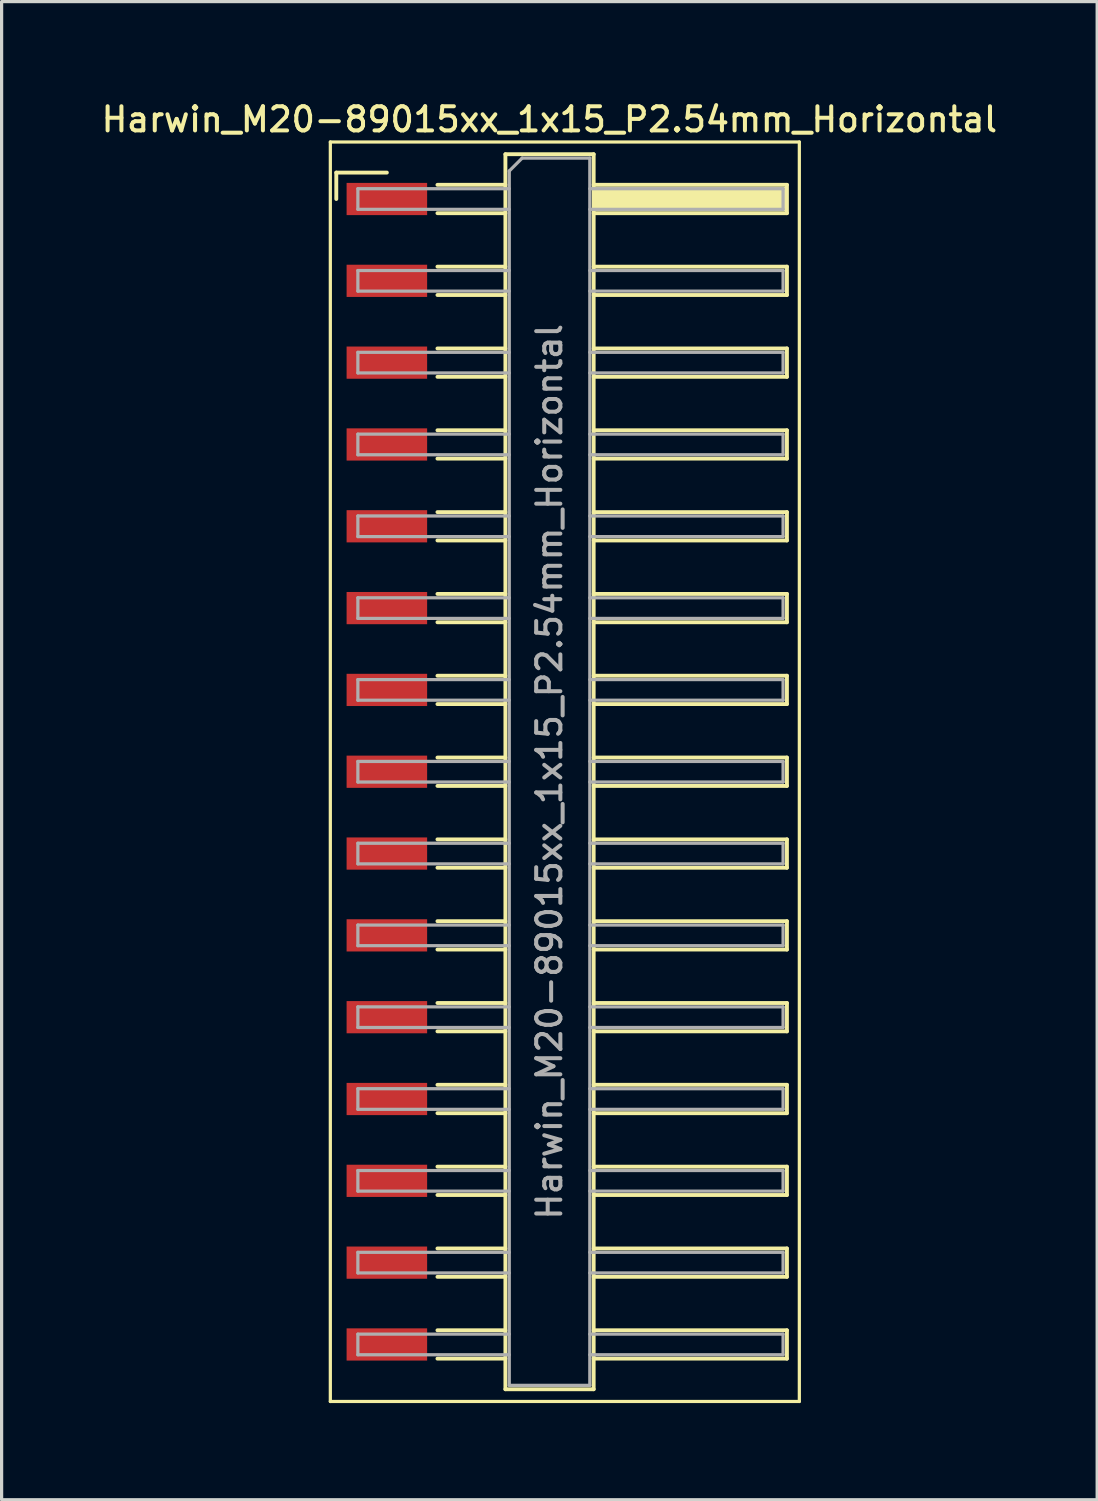
<source format=kicad_pcb>
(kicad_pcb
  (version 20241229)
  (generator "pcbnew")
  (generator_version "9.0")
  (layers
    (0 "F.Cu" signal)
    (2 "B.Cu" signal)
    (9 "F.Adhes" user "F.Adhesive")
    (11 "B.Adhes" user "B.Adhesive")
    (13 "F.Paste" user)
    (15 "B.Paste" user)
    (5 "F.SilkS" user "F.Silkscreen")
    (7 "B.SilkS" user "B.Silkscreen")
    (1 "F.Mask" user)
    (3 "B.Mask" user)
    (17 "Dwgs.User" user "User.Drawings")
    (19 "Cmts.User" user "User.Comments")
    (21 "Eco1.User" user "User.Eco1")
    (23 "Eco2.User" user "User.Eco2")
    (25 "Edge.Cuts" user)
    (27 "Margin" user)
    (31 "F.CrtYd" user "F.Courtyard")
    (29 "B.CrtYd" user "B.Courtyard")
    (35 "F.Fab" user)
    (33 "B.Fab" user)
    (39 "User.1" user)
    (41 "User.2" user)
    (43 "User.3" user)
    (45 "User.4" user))
  (footprint "Harwin_M20-89015xx_1x15_P2.54mm_Horizontal"
    (layer "F.Cu")
    (at 14.485 20.908)
    (property "Reference" "Harwin_M20-89015xx_1x15_P2.54mm_Horizontal" (at -0.48 -20.25 0) (layer "F.SilkS") (effects (font (size 0.75 0.75) (thickness 0.125))))
    (attr smd)
    (fp_line (start -7.28 -19.55) (end 7.28 -19.55) (stroke (width 0.1) (type solid)) (layer "F.SilkS"))
    (fp_line (start -7.28 19.55) (end -7.28 -19.55) (stroke (width 0.1) (type solid)) (layer "F.SilkS"))
    (fp_line (start -7.095 -18.6) (end -5.525 -18.6) (stroke (width 0.12) (type solid)) (layer "F.SilkS"))
    (fp_line (start -7.095 -17.78) (end -7.095 -18.6) (stroke (width 0.12) (type solid)) (layer "F.SilkS"))
    (fp_line (start -3.955 -18.22) (end -1.845 -18.22) (stroke (width 0.12) (type solid)) (layer "F.SilkS"))
    (fp_line (start -3.955 -17.34) (end -1.845 -17.34) (stroke (width 0.12) (type solid)) (layer "F.SilkS"))
    (fp_line (start -3.955 -15.68) (end -1.845 -15.68) (stroke (width 0.12) (type solid)) (layer "F.SilkS"))
    (fp_line (start -3.955 -14.8) (end -1.845 -14.8) (stroke (width 0.12) (type solid)) (layer "F.SilkS"))
    (fp_line (start -3.955 -13.14) (end -1.845 -13.14) (stroke (width 0.12) (type solid)) (layer "F.SilkS"))
    (fp_line (start -3.955 -12.26) (end -1.845 -12.26) (stroke (width 0.12) (type solid)) (layer "F.SilkS"))
    (fp_line (start -3.955 -10.6) (end -1.845 -10.6) (stroke (width 0.12) (type solid)) (layer "F.SilkS"))
    (fp_line (start -3.955 -9.72) (end -1.845 -9.72) (stroke (width 0.12) (type solid)) (layer "F.SilkS"))
    (fp_line (start -3.955 -8.06) (end -1.845 -8.06) (stroke (width 0.12) (type solid)) (layer "F.SilkS"))
    (fp_line (start -3.955 -7.18) (end -1.845 -7.18) (stroke (width 0.12) (type solid)) (layer "F.SilkS"))
    (fp_line (start -3.955 -5.52) (end -1.845 -5.52) (stroke (width 0.12) (type solid)) (layer "F.SilkS"))
    (fp_line (start -3.955 -4.64) (end -1.845 -4.64) (stroke (width 0.12) (type solid)) (layer "F.SilkS"))
    (fp_line (start -3.955 -2.98) (end -1.845 -2.98) (stroke (width 0.12) (type solid)) (layer "F.SilkS"))
    (fp_line (start -3.955 -2.1) (end -1.845 -2.1) (stroke (width 0.12) (type solid)) (layer "F.SilkS"))
    (fp_line (start -3.955 -0.44) (end -1.845 -0.44) (stroke (width 0.12) (type solid)) (layer "F.SilkS"))
    (fp_line (start -3.955 0.44) (end -1.845 0.44) (stroke (width 0.12) (type solid)) (layer "F.SilkS"))
    (fp_line (start -3.955 2.1) (end -1.845 2.1) (stroke (width 0.12) (type solid)) (layer "F.SilkS"))
    (fp_line (start -3.955 2.98) (end -1.845 2.98) (stroke (width 0.12) (type solid)) (layer "F.SilkS"))
    (fp_line (start -3.955 4.64) (end -1.845 4.64) (stroke (width 0.12) (type solid)) (layer "F.SilkS"))
    (fp_line (start -3.955 5.52) (end -1.845 5.52) (stroke (width 0.12) (type solid)) (layer "F.SilkS"))
    (fp_line (start -3.955 7.18) (end -1.845 7.18) (stroke (width 0.12) (type solid)) (layer "F.SilkS"))
    (fp_line (start -3.955 8.06) (end -1.845 8.06) (stroke (width 0.12) (type solid)) (layer "F.SilkS"))
    (fp_line (start -3.955 9.72) (end -1.845 9.72) (stroke (width 0.12) (type solid)) (layer "F.SilkS"))
    (fp_line (start -3.955 10.6) (end -1.845 10.6) (stroke (width 0.12) (type solid)) (layer "F.SilkS"))
    (fp_line (start -3.955 12.26) (end -1.845 12.26) (stroke (width 0.12) (type solid)) (layer "F.SilkS"))
    (fp_line (start -3.955 13.14) (end -1.845 13.14) (stroke (width 0.12) (type solid)) (layer "F.SilkS"))
    (fp_line (start -3.955 14.8) (end -1.845 14.8) (stroke (width 0.12) (type solid)) (layer "F.SilkS"))
    (fp_line (start -3.955 15.68) (end -1.845 15.68) (stroke (width 0.12) (type solid)) (layer "F.SilkS"))
    (fp_line (start -3.955 17.34) (end -1.845 17.34) (stroke (width 0.12) (type solid)) (layer "F.SilkS"))
    (fp_line (start -3.955 18.22) (end -1.845 18.22) (stroke (width 0.12) (type solid)) (layer "F.SilkS"))
    (fp_line (start -1.845 -19.17) (end 0.895 -19.17) (stroke (width 0.12) (type solid)) (layer "F.SilkS"))
    (fp_line (start -1.845 19.17) (end -1.845 -19.17) (stroke (width 0.12) (type solid)) (layer "F.SilkS"))
    (fp_line (start 0.895 -19.17) (end 0.895 19.17) (stroke (width 0.12) (type solid)) (layer "F.SilkS"))
    (fp_line (start 0.895 -18.22) (end 6.895 -18.22) (stroke (width 0.12) (type solid)) (layer "F.SilkS"))
    (fp_line (start 0.895 -15.68) (end 6.895 -15.68) (stroke (width 0.12) (type solid)) (layer "F.SilkS"))
    (fp_line (start 0.895 -13.14) (end 6.895 -13.14) (stroke (width 0.12) (type solid)) (layer "F.SilkS"))
    (fp_line (start 0.895 -10.6) (end 6.895 -10.6) (stroke (width 0.12) (type solid)) (layer "F.SilkS"))
    (fp_line (start 0.895 -8.06) (end 6.895 -8.06) (stroke (width 0.12) (type solid)) (layer "F.SilkS"))
    (fp_line (start 0.895 -5.52) (end 6.895 -5.52) (stroke (width 0.12) (type solid)) (layer "F.SilkS"))
    (fp_line (start 0.895 -2.98) (end 6.895 -2.98) (stroke (width 0.12) (type solid)) (layer "F.SilkS"))
    (fp_line (start 0.895 -0.44) (end 6.895 -0.44) (stroke (width 0.12) (type solid)) (layer "F.SilkS"))
    (fp_line (start 0.895 2.1) (end 6.895 2.1) (stroke (width 0.12) (type solid)) (layer "F.SilkS"))
    (fp_line (start 0.895 4.64) (end 6.895 4.64) (stroke (width 0.12) (type solid)) (layer "F.SilkS"))
    (fp_line (start 0.895 7.18) (end 6.895 7.18) (stroke (width 0.12) (type solid)) (layer "F.SilkS"))
    (fp_line (start 0.895 9.72) (end 6.895 9.72) (stroke (width 0.12) (type solid)) (layer "F.SilkS"))
    (fp_line (start 0.895 12.26) (end 6.895 12.26) (stroke (width 0.12) (type solid)) (layer "F.SilkS"))
    (fp_line (start 0.895 14.8) (end 6.895 14.8) (stroke (width 0.12) (type solid)) (layer "F.SilkS"))
    (fp_line (start 0.895 17.34) (end 6.895 17.34) (stroke (width 0.12) (type solid)) (layer "F.SilkS"))
    (fp_line (start 0.895 19.17) (end -1.845 19.17) (stroke (width 0.12) (type solid)) (layer "F.SilkS"))
    (fp_line (start 6.895 -18.22) (end 6.895 -17.34) (stroke (width 0.12) (type solid)) (layer "F.SilkS"))
    (fp_line (start 6.895 -17.34) (end 0.895 -17.34) (stroke (width 0.12) (type solid)) (layer "F.SilkS"))
    (fp_line (start 6.895 -15.68) (end 6.895 -14.8) (stroke (width 0.12) (type solid)) (layer "F.SilkS"))
    (fp_line (start 6.895 -14.8) (end 0.895 -14.8) (stroke (width 0.12) (type solid)) (layer "F.SilkS"))
    (fp_line (start 6.895 -13.14) (end 6.895 -12.26) (stroke (width 0.12) (type solid)) (layer "F.SilkS"))
    (fp_line (start 6.895 -12.26) (end 0.895 -12.26) (stroke (width 0.12) (type solid)) (layer "F.SilkS"))
    (fp_line (start 6.895 -10.6) (end 6.895 -9.72) (stroke (width 0.12) (type solid)) (layer "F.SilkS"))
    (fp_line (start 6.895 -9.72) (end 0.895 -9.72) (stroke (width 0.12) (type solid)) (layer "F.SilkS"))
    (fp_line (start 6.895 -8.06) (end 6.895 -7.18) (stroke (width 0.12) (type solid)) (layer "F.SilkS"))
    (fp_line (start 6.895 -7.18) (end 0.895 -7.18) (stroke (width 0.12) (type solid)) (layer "F.SilkS"))
    (fp_line (start 6.895 -5.52) (end 6.895 -4.64) (stroke (width 0.12) (type solid)) (layer "F.SilkS"))
    (fp_line (start 6.895 -4.64) (end 0.895 -4.64) (stroke (width 0.12) (type solid)) (layer "F.SilkS"))
    (fp_line (start 6.895 -2.98) (end 6.895 -2.1) (stroke (width 0.12) (type solid)) (layer "F.SilkS"))
    (fp_line (start 6.895 -2.1) (end 0.895 -2.1) (stroke (width 0.12) (type solid)) (layer "F.SilkS"))
    (fp_line (start 6.895 -0.44) (end 6.895 0.44) (stroke (width 0.12) (type solid)) (layer "F.SilkS"))
    (fp_line (start 6.895 0.44) (end 0.895 0.44) (stroke (width 0.12) (type solid)) (layer "F.SilkS"))
    (fp_line (start 6.895 2.1) (end 6.895 2.98) (stroke (width 0.12) (type solid)) (layer "F.SilkS"))
    (fp_line (start 6.895 2.98) (end 0.895 2.98) (stroke (width 0.12) (type solid)) (layer "F.SilkS"))
    (fp_line (start 6.895 4.64) (end 6.895 5.52) (stroke (width 0.12) (type solid)) (layer "F.SilkS"))
    (fp_line (start 6.895 5.52) (end 0.895 5.52) (stroke (width 0.12) (type solid)) (layer "F.SilkS"))
    (fp_line (start 6.895 7.18) (end 6.895 8.06) (stroke (width 0.12) (type solid)) (layer "F.SilkS"))
    (fp_line (start 6.895 8.06) (end 0.895 8.06) (stroke (width 0.12) (type solid)) (layer "F.SilkS"))
    (fp_line (start 6.895 9.72) (end 6.895 10.6) (stroke (width 0.12) (type solid)) (layer "F.SilkS"))
    (fp_line (start 6.895 10.6) (end 0.895 10.6) (stroke (width 0.12) (type solid)) (layer "F.SilkS"))
    (fp_line (start 6.895 12.26) (end 6.895 13.14) (stroke (width 0.12) (type solid)) (layer "F.SilkS"))
    (fp_line (start 6.895 13.14) (end 0.895 13.14) (stroke (width 0.12) (type solid)) (layer "F.SilkS"))
    (fp_line (start 6.895 14.8) (end 6.895 15.68) (stroke (width 0.12) (type solid)) (layer "F.SilkS"))
    (fp_line (start 6.895 15.68) (end 0.895 15.68) (stroke (width 0.12) (type solid)) (layer "F.SilkS"))
    (fp_line (start 6.895 17.34) (end 6.895 18.22) (stroke (width 0.12) (type solid)) (layer "F.SilkS"))
    (fp_line (start 6.895 18.22) (end 0.895 18.22) (stroke (width 0.12) (type solid)) (layer "F.SilkS"))
    (fp_line (start 7.28 -19.55) (end 7.28 19.55) (stroke (width 0.1) (type solid)) (layer "F.SilkS"))
    (fp_line (start 7.28 19.55) (end -7.28 19.55) (stroke (width 0.1) (type solid)) (layer "F.SilkS"))
    (fp_line (start -6.425 -18.1) (end -6.425 -17.46) (stroke (width 0.1) (type solid)) (layer "F.Fab"))
    (fp_line (start -6.425 -17.46) (end -1.725 -17.46) (stroke (width 0.1) (type solid)) (layer "F.Fab"))
    (fp_line (start -6.425 -15.56) (end -6.425 -14.92) (stroke (width 0.1) (type solid)) (layer "F.Fab"))
    (fp_line (start -6.425 -14.92) (end -1.725 -14.92) (stroke (width 0.1) (type solid)) (layer "F.Fab"))
    (fp_line (start -6.425 -13.02) (end -6.425 -12.38) (stroke (width 0.1) (type solid)) (layer "F.Fab"))
    (fp_line (start -6.425 -12.38) (end -1.725 -12.38) (stroke (width 0.1) (type solid)) (layer "F.Fab"))
    (fp_line (start -6.425 -10.48) (end -6.425 -9.84) (stroke (width 0.1) (type solid)) (layer "F.Fab"))
    (fp_line (start -6.425 -9.84) (end -1.725 -9.84) (stroke (width 0.1) (type solid)) (layer "F.Fab"))
    (fp_line (start -6.425 -7.94) (end -6.425 -7.3) (stroke (width 0.1) (type solid)) (layer "F.Fab"))
    (fp_line (start -6.425 -7.3) (end -1.725 -7.3) (stroke (width 0.1) (type solid)) (layer "F.Fab"))
    (fp_line (start -6.425 -5.4) (end -6.425 -4.76) (stroke (width 0.1) (type solid)) (layer "F.Fab"))
    (fp_line (start -6.425 -4.76) (end -1.725 -4.76) (stroke (width 0.1) (type solid)) (layer "F.Fab"))
    (fp_line (start -6.425 -2.86) (end -6.425 -2.22) (stroke (width 0.1) (type solid)) (layer "F.Fab"))
    (fp_line (start -6.425 -2.22) (end -1.725 -2.22) (stroke (width 0.1) (type solid)) (layer "F.Fab"))
    (fp_line (start -6.425 -0.32) (end -6.425 0.32) (stroke (width 0.1) (type solid)) (layer "F.Fab"))
    (fp_line (start -6.425 0.32) (end -1.725 0.32) (stroke (width 0.1) (type solid)) (layer "F.Fab"))
    (fp_line (start -6.425 2.22) (end -6.425 2.86) (stroke (width 0.1) (type solid)) (layer "F.Fab"))
    (fp_line (start -6.425 2.86) (end -1.725 2.86) (stroke (width 0.1) (type solid)) (layer "F.Fab"))
    (fp_line (start -6.425 4.76) (end -6.425 5.4) (stroke (width 0.1) (type solid)) (layer "F.Fab"))
    (fp_line (start -6.425 5.4) (end -1.725 5.4) (stroke (width 0.1) (type solid)) (layer "F.Fab"))
    (fp_line (start -6.425 7.3) (end -6.425 7.94) (stroke (width 0.1) (type solid)) (layer "F.Fab"))
    (fp_line (start -6.425 7.94) (end -1.725 7.94) (stroke (width 0.1) (type solid)) (layer "F.Fab"))
    (fp_line (start -6.425 9.84) (end -6.425 10.48) (stroke (width 0.1) (type solid)) (layer "F.Fab"))
    (fp_line (start -6.425 10.48) (end -1.725 10.48) (stroke (width 0.1) (type solid)) (layer "F.Fab"))
    (fp_line (start -6.425 12.38) (end -6.425 13.02) (stroke (width 0.1) (type solid)) (layer "F.Fab"))
    (fp_line (start -6.425 13.02) (end -1.725 13.02) (stroke (width 0.1) (type solid)) (layer "F.Fab"))
    (fp_line (start -6.425 14.92) (end -6.425 15.56) (stroke (width 0.1) (type solid)) (layer "F.Fab"))
    (fp_line (start -6.425 15.56) (end -1.725 15.56) (stroke (width 0.1) (type solid)) (layer "F.Fab"))
    (fp_line (start -6.425 17.46) (end -6.425 18.1) (stroke (width 0.1) (type solid)) (layer "F.Fab"))
    (fp_line (start -6.425 18.1) (end -1.725 18.1) (stroke (width 0.1) (type solid)) (layer "F.Fab"))
    (fp_line (start -1.725 -18.65) (end -1.325 -19.05) (stroke (width 0.1) (type solid)) (layer "F.Fab"))
    (fp_line (start -1.725 -18.1) (end -6.425 -18.1) (stroke (width 0.1) (type solid)) (layer "F.Fab"))
    (fp_line (start -1.725 -15.56) (end -6.425 -15.56) (stroke (width 0.1) (type solid)) (layer "F.Fab"))
    (fp_line (start -1.725 -13.02) (end -6.425 -13.02) (stroke (width 0.1) (type solid)) (layer "F.Fab"))
    (fp_line (start -1.725 -10.48) (end -6.425 -10.48) (stroke (width 0.1) (type solid)) (layer "F.Fab"))
    (fp_line (start -1.725 -7.94) (end -6.425 -7.94) (stroke (width 0.1) (type solid)) (layer "F.Fab"))
    (fp_line (start -1.725 -5.4) (end -6.425 -5.4) (stroke (width 0.1) (type solid)) (layer "F.Fab"))
    (fp_line (start -1.725 -2.86) (end -6.425 -2.86) (stroke (width 0.1) (type solid)) (layer "F.Fab"))
    (fp_line (start -1.725 -0.32) (end -6.425 -0.32) (stroke (width 0.1) (type solid)) (layer "F.Fab"))
    (fp_line (start -1.725 2.22) (end -6.425 2.22) (stroke (width 0.1) (type solid)) (layer "F.Fab"))
    (fp_line (start -1.725 4.76) (end -6.425 4.76) (stroke (width 0.1) (type solid)) (layer "F.Fab"))
    (fp_line (start -1.725 7.3) (end -6.425 7.3) (stroke (width 0.1) (type solid)) (layer "F.Fab"))
    (fp_line (start -1.725 9.84) (end -6.425 9.84) (stroke (width 0.1) (type solid)) (layer "F.Fab"))
    (fp_line (start -1.725 12.38) (end -6.425 12.38) (stroke (width 0.1) (type solid)) (layer "F.Fab"))
    (fp_line (start -1.725 14.92) (end -6.425 14.92) (stroke (width 0.1) (type solid)) (layer "F.Fab"))
    (fp_line (start -1.725 17.46) (end -6.425 17.46) (stroke (width 0.1) (type solid)) (layer "F.Fab"))
    (fp_line (start -1.725 19.05) (end -1.725 -18.65) (stroke (width 0.1) (type solid)) (layer "F.Fab"))
    (fp_line (start -1.325 -19.05) (end 0.775 -19.05) (stroke (width 0.1) (type solid)) (layer "F.Fab"))
    (fp_line (start 0.775 -19.05) (end 0.775 19.05) (stroke (width 0.1) (type solid)) (layer "F.Fab"))
    (fp_line (start 0.775 -18.1) (end 6.775 -18.1) (stroke (width 0.1) (type solid)) (layer "F.Fab"))
    (fp_line (start 0.775 -15.56) (end 6.775 -15.56) (stroke (width 0.1) (type solid)) (layer "F.Fab"))
    (fp_line (start 0.775 -13.02) (end 6.775 -13.02) (stroke (width 0.1) (type solid)) (layer "F.Fab"))
    (fp_line (start 0.775 -10.48) (end 6.775 -10.48) (stroke (width 0.1) (type solid)) (layer "F.Fab"))
    (fp_line (start 0.775 -7.94) (end 6.775 -7.94) (stroke (width 0.1) (type solid)) (layer "F.Fab"))
    (fp_line (start 0.775 -5.4) (end 6.775 -5.4) (stroke (width 0.1) (type solid)) (layer "F.Fab"))
    (fp_line (start 0.775 -2.86) (end 6.775 -2.86) (stroke (width 0.1) (type solid)) (layer "F.Fab"))
    (fp_line (start 0.775 -0.32) (end 6.775 -0.32) (stroke (width 0.1) (type solid)) (layer "F.Fab"))
    (fp_line (start 0.775 2.22) (end 6.775 2.22) (stroke (width 0.1) (type solid)) (layer "F.Fab"))
    (fp_line (start 0.775 4.76) (end 6.775 4.76) (stroke (width 0.1) (type solid)) (layer "F.Fab"))
    (fp_line (start 0.775 7.3) (end 6.775 7.3) (stroke (width 0.1) (type solid)) (layer "F.Fab"))
    (fp_line (start 0.775 9.84) (end 6.775 9.84) (stroke (width 0.1) (type solid)) (layer "F.Fab"))
    (fp_line (start 0.775 12.38) (end 6.775 12.38) (stroke (width 0.1) (type solid)) (layer "F.Fab"))
    (fp_line (start 0.775 14.92) (end 6.775 14.92) (stroke (width 0.1) (type solid)) (layer "F.Fab"))
    (fp_line (start 0.775 17.46) (end 6.775 17.46) (stroke (width 0.1) (type solid)) (layer "F.Fab"))
    (fp_line (start 0.775 19.05) (end -1.725 19.05) (stroke (width 0.1) (type solid)) (layer "F.Fab"))
    (fp_line (start 6.775 -18.1) (end 6.775 -17.46) (stroke (width 0.1) (type solid)) (layer "F.Fab"))
    (fp_line (start 6.775 -17.46) (end 0.775 -17.46) (stroke (width 0.1) (type solid)) (layer "F.Fab"))
    (fp_line (start 6.775 -15.56) (end 6.775 -14.92) (stroke (width 0.1) (type solid)) (layer "F.Fab"))
    (fp_line (start 6.775 -14.92) (end 0.775 -14.92) (stroke (width 0.1) (type solid)) (layer "F.Fab"))
    (fp_line (start 6.775 -13.02) (end 6.775 -12.38) (stroke (width 0.1) (type solid)) (layer "F.Fab"))
    (fp_line (start 6.775 -12.38) (end 0.775 -12.38) (stroke (width 0.1) (type solid)) (layer "F.Fab"))
    (fp_line (start 6.775 -10.48) (end 6.775 -9.84) (stroke (width 0.1) (type solid)) (layer "F.Fab"))
    (fp_line (start 6.775 -9.84) (end 0.775 -9.84) (stroke (width 0.1) (type solid)) (layer "F.Fab"))
    (fp_line (start 6.775 -7.94) (end 6.775 -7.3) (stroke (width 0.1) (type solid)) (layer "F.Fab"))
    (fp_line (start 6.775 -7.3) (end 0.775 -7.3) (stroke (width 0.1) (type solid)) (layer "F.Fab"))
    (fp_line (start 6.775 -5.4) (end 6.775 -4.76) (stroke (width 0.1) (type solid)) (layer "F.Fab"))
    (fp_line (start 6.775 -4.76) (end 0.775 -4.76) (stroke (width 0.1) (type solid)) (layer "F.Fab"))
    (fp_line (start 6.775 -2.86) (end 6.775 -2.22) (stroke (width 0.1) (type solid)) (layer "F.Fab"))
    (fp_line (start 6.775 -2.22) (end 0.775 -2.22) (stroke (width 0.1) (type solid)) (layer "F.Fab"))
    (fp_line (start 6.775 -0.32) (end 6.775 0.32) (stroke (width 0.1) (type solid)) (layer "F.Fab"))
    (fp_line (start 6.775 0.32) (end 0.775 0.32) (stroke (width 0.1) (type solid)) (layer "F.Fab"))
    (fp_line (start 6.775 2.22) (end 6.775 2.86) (stroke (width 0.1) (type solid)) (layer "F.Fab"))
    (fp_line (start 6.775 2.86) (end 0.775 2.86) (stroke (width 0.1) (type solid)) (layer "F.Fab"))
    (fp_line (start 6.775 4.76) (end 6.775 5.4) (stroke (width 0.1) (type solid)) (layer "F.Fab"))
    (fp_line (start 6.775 5.4) (end 0.775 5.4) (stroke (width 0.1) (type solid)) (layer "F.Fab"))
    (fp_line (start 6.775 7.3) (end 6.775 7.94) (stroke (width 0.1) (type solid)) (layer "F.Fab"))
    (fp_line (start 6.775 7.94) (end 0.775 7.94) (stroke (width 0.1) (type solid)) (layer "F.Fab"))
    (fp_line (start 6.775 9.84) (end 6.775 10.48) (stroke (width 0.1) (type solid)) (layer "F.Fab"))
    (fp_line (start 6.775 10.48) (end 0.775 10.48) (stroke (width 0.1) (type solid)) (layer "F.Fab"))
    (fp_line (start 6.775 12.38) (end 6.775 13.02) (stroke (width 0.1) (type solid)) (layer "F.Fab"))
    (fp_line (start 6.775 13.02) (end 0.775 13.02) (stroke (width 0.1) (type solid)) (layer "F.Fab"))
    (fp_line (start 6.775 14.92) (end 6.775 15.56) (stroke (width 0.1) (type solid)) (layer "F.Fab"))
    (fp_line (start 6.775 15.56) (end 0.775 15.56) (stroke (width 0.1) (type solid)) (layer "F.Fab"))
    (fp_line (start 6.775 17.46) (end 6.775 18.1) (stroke (width 0.1) (type solid)) (layer "F.Fab"))
    (fp_line (start 6.775 18.1) (end 0.775 18.1) (stroke (width 0.1) (type solid)) (layer "F.Fab"))
    (fp_text user "${REFERENCE}" (at -0.48 0 90) (layer "F.Fab") (effects (font (size 0.75 0.75) (thickness 0.125))))
    (pad "" smd rect (at 3.895 -17.78) (size 6 0.76) (layers "F.SilkS"))
    (pad "1" smd rect (at -5.525 -17.78) (size 2.5 1) (layers "F.Cu" "F.Mask" "F.Paste"))
    (pad "2" smd rect (at -5.525 -15.24) (size 2.5 1) (layers "F.Cu" "F.Mask" "F.Paste"))
    (pad "3" smd rect (at -5.525 -12.7) (size 2.5 1) (layers "F.Cu" "F.Mask" "F.Paste"))
    (pad "4" smd rect (at -5.525 -10.16) (size 2.5 1) (layers "F.Cu" "F.Mask" "F.Paste"))
    (pad "5" smd rect (at -5.525 -7.62) (size 2.5 1) (layers "F.Cu" "F.Mask" "F.Paste"))
    (pad "6" smd rect (at -5.525 -5.08) (size 2.5 1) (layers "F.Cu" "F.Mask" "F.Paste"))
    (pad "7" smd rect (at -5.525 -2.54) (size 2.5 1) (layers "F.Cu" "F.Mask" "F.Paste"))
    (pad "8" smd rect (at -5.525 0) (size 2.5 1) (layers "F.Cu" "F.Mask" "F.Paste"))
    (pad "9" smd rect (at -5.525 2.54) (size 2.5 1) (layers "F.Cu" "F.Mask" "F.Paste"))
    (pad "10" smd rect (at -5.525 5.08) (size 2.5 1) (layers "F.Cu" "F.Mask" "F.Paste"))
    (pad "11" smd rect (at -5.525 7.62) (size 2.5 1) (layers "F.Cu" "F.Mask" "F.Paste"))
    (pad "12" smd rect (at -5.525 10.16) (size 2.5 1) (layers "F.Cu" "F.Mask" "F.Paste"))
    (pad "13" smd rect (at -5.525 12.7) (size 2.5 1) (layers "F.Cu" "F.Mask" "F.Paste"))
    (pad "14" smd rect (at -5.525 15.24) (size 2.5 1) (layers "F.Cu" "F.Mask" "F.Paste"))
    (pad "15" smd rect (at -5.525 17.78) (size 2.5 1) (layers "F.Cu" "F.Mask" "F.Paste")))
  (gr_rect
    (start -3 -3)
    (end 31.011 43.508)
    (stroke (width 0.1) (type default))
    (fill no)
    (layer "Edge.Cuts")))
</source>
